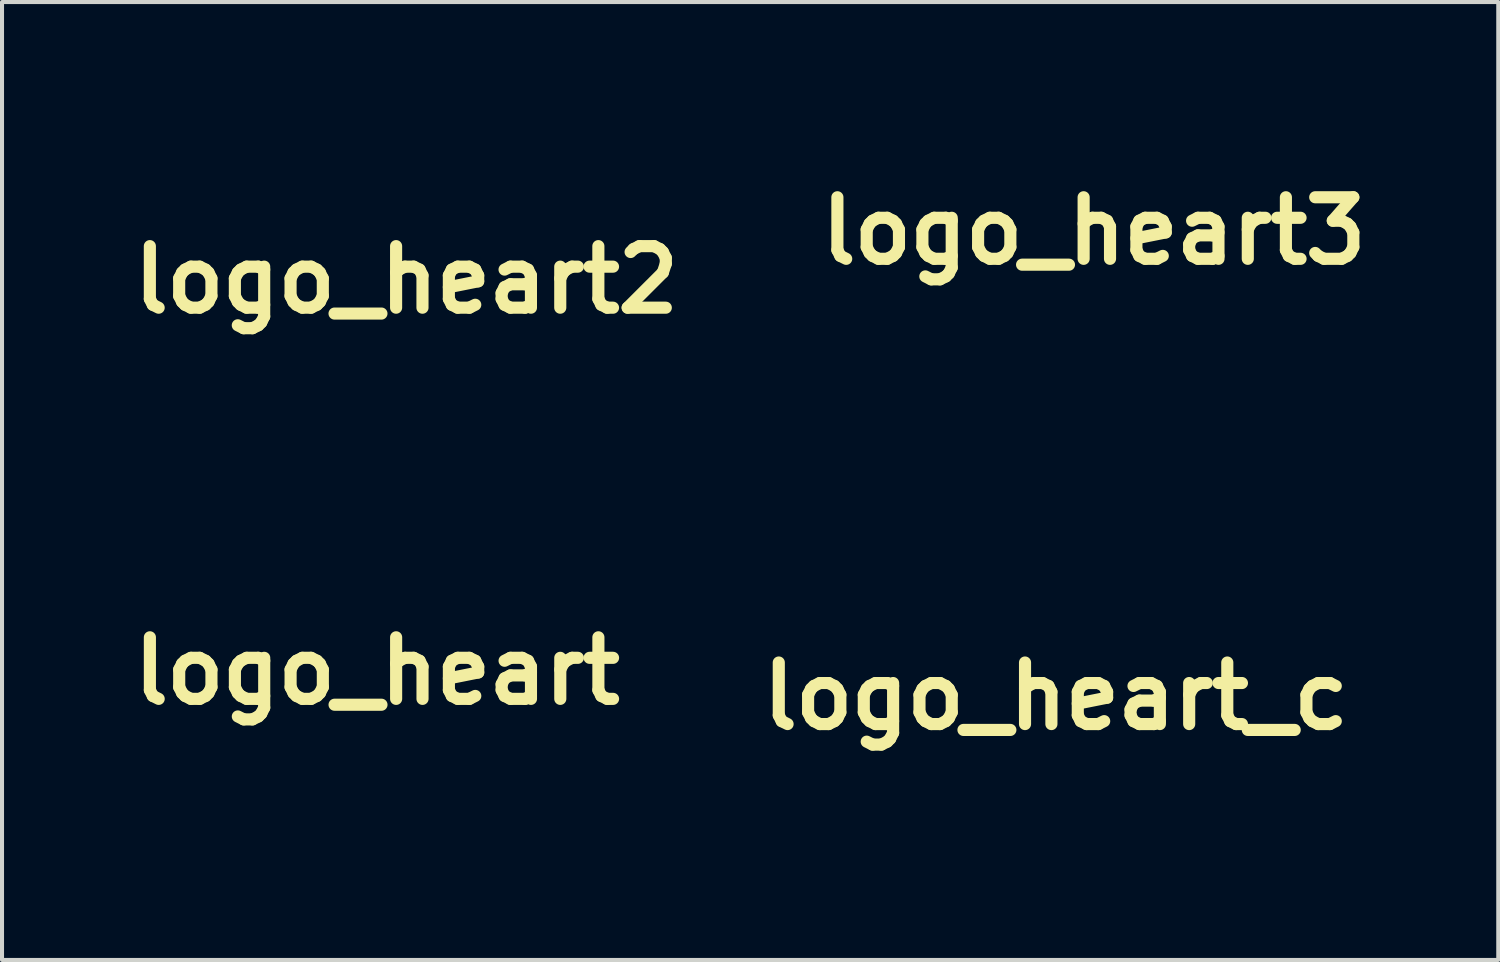
<source format=kicad_pcb>
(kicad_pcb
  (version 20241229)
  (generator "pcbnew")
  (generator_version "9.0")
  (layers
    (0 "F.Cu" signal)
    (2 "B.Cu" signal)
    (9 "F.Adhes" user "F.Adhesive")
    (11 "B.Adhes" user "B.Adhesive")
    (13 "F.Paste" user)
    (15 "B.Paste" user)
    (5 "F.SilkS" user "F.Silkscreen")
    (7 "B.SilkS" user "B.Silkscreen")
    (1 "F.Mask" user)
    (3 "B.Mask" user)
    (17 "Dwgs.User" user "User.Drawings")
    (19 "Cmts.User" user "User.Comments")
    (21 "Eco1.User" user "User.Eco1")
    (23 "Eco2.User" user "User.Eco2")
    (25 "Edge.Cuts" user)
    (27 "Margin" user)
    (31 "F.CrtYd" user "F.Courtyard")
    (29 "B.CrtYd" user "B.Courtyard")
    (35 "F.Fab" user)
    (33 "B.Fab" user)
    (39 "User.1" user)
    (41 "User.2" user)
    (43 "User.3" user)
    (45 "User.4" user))
  (footprint "logo_heart_c"
    (layer "F.Cu")
    (at 23.088 14.186)
    (property "Reference" "logo_heart_c" (at 0 0 0) (layer "F.SilkS") (effects (font (size 1.524 1.524) (thickness 0.3))))
    (attr through_hole)
    (fp_poly (pts (xy -0.871 -1.569) (xy -0.62 -1.472) (xy -0.363 -1.297) (xy -0.146 -1.085) (xy -0.017 -0.878) (xy 0.001 -0.792) (xy 0.035 -0.75) (xy 0.131 -0.859) (xy 0.212 -0.985) (xy 0.487 -1.307) (xy 0.826 -1.501) (xy 1.196 -1.57) (xy 1.562 -1.519) (xy 1.892 -1.35) (xy 2.151 -1.069) (xy 2.289 -0.752) (xy 2.342 -0.452) (xy 2.314 -0.2) (xy 2.186 0.034) (xy 1.942 0.277) (xy 1.566 0.555) (xy 1.439 0.64) (xy 1.093 0.89) (xy 0.733 1.182) (xy 0.466 1.427) (xy 0.042 1.85) (xy -0.278 1.479) (xy -0.496 1.263) (xy -0.806 1.004) (xy -1.154 0.745) (xy -1.298 0.647) (xy -1.741 0.324) (xy -2.032 0.029) (xy -2.182 -0.26) (xy -2.201 -0.565) (xy -2.099 -0.907) (xy -2.066 -0.978) (xy -1.851 -1.255) (xy -1.53 -1.463) (xy -1.164 -1.572) (xy -0.871 -1.569)) (stroke (width 0.01) (type solid)) (fill yes) (layer "F.Mask"))
    (fp_poly (pts (xy 0.446 -3.424) (xy 0.74 -3.403) (xy 0.978 -3.356) (xy 1.215 -3.27) (xy 1.458 -3.159) (xy 2.116 -2.765) (xy 2.65 -2.278) (xy 3.059 -1.716) (xy 3.343 -1.101) (xy 3.503 -0.453) (xy 3.536 0.211) (xy 3.444 0.869) (xy 3.226 1.501) (xy 2.882 2.089) (xy 2.41 2.612) (xy 1.812 3.05) (xy 1.561 3.186) (xy 1.205 3.349) (xy 0.907 3.446) (xy 0.586 3.497) (xy 0.241 3.519) (xy -0.137 3.524) (xy -0.493 3.508) (xy -0.76 3.475) (xy -0.794 3.467) (xy -1.449 3.219) (xy -2.059 2.828) (xy -2.594 2.317) (xy -3.026 1.712) (xy -3.159 1.458) (xy -3.286 1.177) (xy -3.365 0.942) (xy -3.408 0.699) (xy -3.426 0.39) (xy -3.429 0.042) (xy -3.428 -0.073) (xy -2.667 -0.073) (xy -2.645 0.461) (xy -2.547 0.941) (xy -2.482 1.111) (xy -2.14 1.676) (xy -1.678 2.151) (xy -1.129 2.51) (xy -0.682 2.684) (xy -0.228 2.754) (xy 0.292 2.745) (xy 0.8 2.662) (xy 1.139 2.551) (xy 1.608 2.269) (xy 2.046 1.869) (xy 2.403 1.403) (xy 2.517 1.197) (xy 2.69 0.687) (xy 2.76 0.112) (xy 2.726 -0.466) (xy 2.586 -0.982) (xy 2.565 -1.031) (xy 2.258 -1.536) (xy 1.832 -1.995) (xy 1.339 -2.356) (xy 1.197 -2.432) (xy 0.907 -2.559) (xy 0.64 -2.631) (xy 0.325 -2.661) (xy 0.042 -2.666) (xy -0.347 -2.655) (xy -0.64 -2.614) (xy -0.907 -2.526) (xy -1.113 -2.432) (xy -1.615 -2.107) (xy -2.065 -1.67) (xy -2.41 -1.172) (xy -2.48 -1.031) (xy -2.612 -0.593) (xy -2.667 -0.073) (xy -3.428 -0.073) (xy -3.424 -0.365) (xy -3.403 -0.659) (xy -3.355 -0.897) (xy -3.268 -1.135) (xy -3.159 -1.374) (xy -2.754 -2.05) (xy -2.236 -2.602) (xy -1.596 -3.039) (xy -1.451 -3.114) (xy -1.148 -3.259) (xy -0.91 -3.351) (xy -0.681 -3.402) (xy -0.405 -3.424) (xy -0.023 -3.429) (xy 0.038 -3.429) (xy 0.446 -3.424)) (stroke (width 0.01) (type solid)) (fill yes) (layer "F.Mask")))
  (footprint "logo_heart2"
    (layer "F.Cu")
    (at 7.01 3.878)
    (property "Reference" "logo_heart2" (at 0 0 0) (layer "F.SilkS") (effects (font (size 1.524 1.524) (thickness 0.3))))
    (attr through_hole)
    (fp_poly (pts (xy 0.525 -3.84) (xy 0.909 -3.768) (xy 1.292 -3.656) (xy 1.373 -3.627) (xy 1.739 -3.468) (xy 2.085 -3.274) (xy 2.409 -3.046) (xy 2.707 -2.787) (xy 2.977 -2.499) (xy 3.215 -2.186) (xy 3.314 -2.032) (xy 3.419 -1.847) (xy 3.524 -1.644) (xy 3.62 -1.436) (xy 3.7 -1.241) (xy 3.724 -1.177) (xy 3.76 -1.068) (xy 3.79 -0.967) (xy 3.814 -0.868) (xy 3.831 -0.764) (xy 3.844 -0.649) (xy 3.853 -0.518) (xy 3.859 -0.363) (xy 3.861 -0.179) (xy 3.862 0.041) (xy 3.862 0.053) (xy 3.861 0.238) (xy 3.86 0.386) (xy 3.859 0.504) (xy 3.856 0.597) (xy 3.852 0.67) (xy 3.846 0.731) (xy 3.837 0.784) (xy 3.826 0.835) (xy 3.811 0.89) (xy 3.806 0.91) (xy 3.676 1.312) (xy 3.511 1.692) (xy 3.313 2.048) (xy 3.083 2.378) (xy 2.822 2.681) (xy 2.531 2.955) (xy 2.211 3.2) (xy 1.865 3.412) (xy 1.672 3.511) (xy 1.418 3.625) (xy 1.18 3.712) (xy 0.947 3.777) (xy 0.705 3.824) (xy 0.476 3.851) (xy 0.346 3.861) (xy 0.192 3.867) (xy 0.024 3.87) (xy -0.146 3.87) (xy -0.308 3.867) (xy -0.452 3.86) (xy -0.566 3.851) (xy -0.582 3.849) (xy -0.801 3.81) (xy -1.04 3.749) (xy -1.287 3.669) (xy -1.528 3.575) (xy -1.752 3.47) (xy -1.778 3.457) (xy -2.128 3.25) (xy -2.451 3.01) (xy -2.746 2.739) (xy -3.012 2.437) (xy -3.249 2.105) (xy -3.454 1.746) (xy -3.615 1.387) (xy -3.736 1.015) (xy -3.82 0.632) (xy -3.864 0.243) (xy -3.87 -0.147) (xy -3.836 -0.536) (xy -3.833 -0.554) (xy -2.413 -0.554) (xy -2.397 -0.312) (xy -2.347 -0.066) (xy -2.262 0.181) (xy -2.141 0.427) (xy -2.028 0.607) (xy -1.934 0.731) (xy -1.812 0.874) (xy -1.666 1.03) (xy -1.502 1.195) (xy -1.326 1.364) (xy -1.144 1.53) (xy -0.962 1.689) (xy -0.785 1.835) (xy -0.619 1.963) (xy -0.469 2.069) (xy -0.402 2.111) (xy -0.265 2.19) (xy -0.151 2.243) (xy -0.053 2.273) (xy 0.038 2.281) (xy 0.131 2.27) (xy 0.227 2.242) (xy 0.373 2.181) (xy 0.54 2.091) (xy 0.722 1.976) (xy 0.915 1.84) (xy 1.113 1.686) (xy 1.31 1.519) (xy 1.501 1.343) (xy 1.644 1.2) (xy 1.878 0.93) (xy 2.075 0.643) (xy 2.234 0.344) (xy 2.353 0.033) (xy 2.385 -0.079) (xy 2.42 -0.253) (xy 2.439 -0.446) (xy 2.443 -0.645) (xy 2.431 -0.837) (xy 2.404 -1.006) (xy 2.395 -1.044) (xy 2.318 -1.26) (xy 2.211 -1.452) (xy 2.077 -1.616) (xy 1.918 -1.749) (xy 1.861 -1.785) (xy 1.728 -1.846) (xy 1.572 -1.891) (xy 1.406 -1.917) (xy 1.241 -1.925) (xy 1.088 -1.913) (xy 0.958 -1.879) (xy 0.951 -1.877) (xy 0.818 -1.81) (xy 0.667 -1.712) (xy 0.503 -1.586) (xy 0.332 -1.438) (xy 0.297 -1.405) (xy 0.219 -1.333) (xy 0.152 -1.273) (xy 0.103 -1.229) (xy 0.076 -1.208) (xy 0.073 -1.206) (xy 0.054 -1.22) (xy 0.009 -1.257) (xy -0.055 -1.312) (xy -0.133 -1.38) (xy -0.165 -1.409) (xy -0.357 -1.572) (xy -0.534 -1.7) (xy -0.701 -1.796) (xy -0.862 -1.862) (xy -1.023 -1.9) (xy -1.19 -1.914) (xy -1.217 -1.914) (xy -1.366 -1.904) (xy -1.5 -1.875) (xy -1.632 -1.822) (xy -1.774 -1.74) (xy -1.804 -1.721) (xy -1.988 -1.576) (xy -2.139 -1.407) (xy -2.257 -1.217) (xy -2.343 -1.009) (xy -2.395 -0.787) (xy -2.413 -0.554) (xy -3.833 -0.554) (xy -3.763 -0.919) (xy -3.669 -1.236) (xy -3.518 -1.61) (xy -3.335 -1.96) (xy -3.121 -2.284) (xy -2.88 -2.582) (xy -2.613 -2.851) (xy -2.323 -3.093) (xy -2.012 -3.304) (xy -1.684 -3.483) (xy -1.34 -3.631) (xy -0.983 -3.744) (xy -0.616 -3.823) (xy -0.241 -3.867) (xy 0.14 -3.873) (xy 0.525 -3.84)) (stroke (width 0.01) (type solid)) (fill yes) (layer "F.Mask")))
  (footprint "logo_heart3"
    (layer "F.Cu")
    (at 24.031 2.668)
    (property "Reference" "logo_heart3" (at 0 0 0) (layer "F.SilkS") (effects (font (size 1.524 1.524) (thickness 0.3))))
    (attr through_hole)
    (fp_poly (pts (xy 0.865 -1.217) (xy 1.049 -1.17) (xy 1.23 -1.08) (xy 1.273 -1.053) (xy 1.431 -0.924) (xy 1.555 -0.774) (xy 1.643 -0.609) (xy 1.696 -0.432) (xy 1.71 -0.247) (xy 1.685 -0.061) (xy 1.62 0.124) (xy 1.608 0.15) (xy 1.566 0.225) (xy 1.511 0.307) (xy 1.44 0.398) (xy 1.353 0.502) (xy 1.246 0.62) (xy 1.117 0.754) (xy 0.965 0.907) (xy 0.787 1.08) (xy 0.582 1.277) (xy 0.347 1.499) (xy 0.326 1.518) (xy 0.027 1.798) (xy -0.447 1.402) (xy -0.68 1.205) (xy -0.882 1.03) (xy -1.054 0.874) (xy -1.199 0.734) (xy -1.319 0.608) (xy -1.417 0.491) (xy -1.495 0.382) (xy -1.555 0.278) (xy -1.6 0.174) (xy -1.631 0.069) (xy -1.652 -0.04) (xy -1.663 -0.13) (xy -1.664 -0.335) (xy -1.631 -0.528) (xy -1.568 -0.704) (xy -1.477 -0.861) (xy -1.362 -0.994) (xy -1.225 -1.101) (xy -1.07 -1.176) (xy -0.9 -1.217) (xy -0.73 -1.222) (xy -0.54 -1.187) (xy -0.352 -1.111) (xy -0.165 -0.995) (xy -0.097 -0.947) (xy -0.04 -0.91) (xy -0.005 -0.891) (xy 0.001 -0.889) (xy 0.026 -0.902) (xy 0.074 -0.935) (xy 0.135 -0.981) (xy 0.143 -0.988) (xy 0.319 -1.108) (xy 0.498 -1.186) (xy 0.681 -1.222) (xy 0.865 -1.217)) (stroke (width 0.01) (type solid)) (fill yes) (layer "F.Mask"))
    (fp_poly (pts (xy 0.203 -2.657) (xy 0.511 -2.616) (xy 0.811 -2.539) (xy 1.102 -2.428) (xy 1.379 -2.283) (xy 1.639 -2.104) (xy 1.879 -1.892) (xy 2.095 -1.647) (xy 2.123 -1.611) (xy 2.307 -1.334) (xy 2.452 -1.044) (xy 2.559 -0.745) (xy 2.629 -0.44) (xy 2.662 -0.132) (xy 2.66 0.175) (xy 2.622 0.479) (xy 2.55 0.776) (xy 2.445 1.064) (xy 2.306 1.339) (xy 2.136 1.598) (xy 1.934 1.837) (xy 1.702 2.055) (xy 1.439 2.247) (xy 1.189 2.39) (xy 1.042 2.456) (xy 0.869 2.519) (xy 0.686 2.575) (xy 0.511 2.618) (xy 0.423 2.634) (xy 0.245 2.655) (xy 0.045 2.663) (xy -0.159 2.66) (xy -0.35 2.646) (xy -0.442 2.633) (xy -0.725 2.567) (xy -1.01 2.466) (xy -1.283 2.336) (xy -1.534 2.181) (xy -1.576 2.151) (xy -1.831 1.938) (xy -2.051 1.703) (xy -2.238 1.449) (xy -2.391 1.179) (xy -2.51 0.896) (xy -2.596 0.604) (xy -2.647 0.306) (xy -2.665 0.004) (xy -2.665 -0.000359) (xy -2.292 -0.000359) (xy -2.284 0.224) (xy -2.238 0.527) (xy -2.152 0.816) (xy -2.03 1.09) (xy -1.873 1.345) (xy -1.684 1.578) (xy -1.465 1.784) (xy -1.218 1.962) (xy -1.035 2.065) (xy -0.869 2.139) (xy -0.683 2.205) (xy -0.498 2.258) (xy -0.37 2.284) (xy -0.258 2.297) (xy -0.118 2.303) (xy 0.035 2.303) (xy 0.186 2.297) (xy 0.322 2.285) (xy 0.386 2.276) (xy 0.687 2.202) (xy 0.971 2.091) (xy 1.234 1.945) (xy 1.476 1.764) (xy 1.692 1.552) (xy 1.88 1.31) (xy 2.038 1.041) (xy 2.065 0.987) (xy 2.171 0.716) (xy 2.243 0.432) (xy 2.278 0.143) (xy 2.274 -0.142) (xy 2.269 -0.196) (xy 2.215 -0.507) (xy 2.123 -0.802) (xy 1.996 -1.077) (xy 1.835 -1.33) (xy 1.644 -1.559) (xy 1.423 -1.761) (xy 1.176 -1.934) (xy 0.905 -2.074) (xy 0.61 -2.181) (xy 0.561 -2.195) (xy 0.477 -2.216) (xy 0.403 -2.231) (xy 0.33 -2.241) (xy 0.247 -2.247) (xy 0.144 -2.25) (xy 0.009 -2.251) (xy -0.011 -2.251) (xy -0.15 -2.251) (xy -0.257 -2.248) (xy -0.342 -2.242) (xy -0.415 -2.233) (xy -0.488 -2.218) (xy -0.569 -2.198) (xy -0.576 -2.196) (xy -0.872 -2.096) (xy -1.146 -1.961) (xy -1.396 -1.795) (xy -1.619 -1.601) (xy -1.814 -1.382) (xy -1.978 -1.139) (xy -2.11 -0.877) (xy -2.208 -0.598) (xy -2.269 -0.305) (xy -2.292 -0.000359) (xy -2.665 -0.000359) (xy -2.649 -0.297) (xy -2.599 -0.596) (xy -2.515 -0.888) (xy -2.397 -1.171) (xy -2.245 -1.441) (xy -2.06 -1.695) (xy -1.84 -1.93) (xy -1.587 -2.142) (xy -1.312 -2.322) (xy -1.023 -2.463) (xy -0.724 -2.567) (xy -0.417 -2.633) (xy -0.107 -2.663) (xy 0.203 -2.657)) (stroke (width 0.01) (type solid)) (fill yes) (layer "F.Mask")))
  (footprint "logo_heart"
    (layer "F.Cu")
    (at 6.285 13.562)
    (property "Reference" "logo_heart" (at 0 0 0) (layer "F.SilkS") (effects (font (size 1.524 1.524) (thickness 0.3))))
    (attr through_hole)
    (fp_poly (pts (xy 0.167 -2.802) (xy 0.318 -2.793) (xy 0.447 -2.781) (xy 0.522 -2.769) (xy 0.92 -2.659) (xy 1.288 -2.502) (xy 1.623 -2.301) (xy 1.923 -2.058) (xy 2.186 -1.776) (xy 2.408 -1.458) (xy 2.587 -1.106) (xy 2.721 -0.723) (xy 2.769 -0.522) (xy 2.784 -0.424) (xy 2.795 -0.288) (xy 2.803 -0.135) (xy 2.805 -0.014) (xy 2.802 0.139) (xy 2.793 0.29) (xy 2.781 0.419) (xy 2.769 0.494) (xy 2.66 0.887) (xy 2.505 1.252) (xy 2.306 1.586) (xy 2.066 1.886) (xy 1.789 2.148) (xy 1.478 2.37) (xy 1.135 2.549) (xy 0.765 2.68) (xy 0.584 2.725) (xy 0.463 2.745) (xy 0.312 2.762) (xy 0.149 2.775) (xy -0.009 2.782) (xy -0.145 2.784) (xy -0.24 2.777) (xy -0.534 2.727) (xy -0.789 2.664) (xy -1.022 2.583) (xy -1.228 2.49) (xy -1.573 2.287) (xy -1.88 2.044) (xy -2.147 1.762) (xy -2.371 1.445) (xy -2.552 1.094) (xy -2.688 0.712) (xy -2.741 0.494) (xy -2.755 0.395) (xy -2.767 0.26) (xy -2.774 0.107) (xy -2.776 -0.014) (xy -2.773 -0.167) (xy -2.765 -0.318) (xy -2.753 -0.447) (xy -2.751 -0.455) (xy -1.848 -0.455) (xy -1.817 -0.221) (xy -1.738 0.018) (xy -1.688 0.12) (xy -1.612 0.239) (xy -1.5 0.379) (xy -1.36 0.533) (xy -1.203 0.69) (xy -1.039 0.841) (xy -0.877 0.975) (xy -0.726 1.083) (xy -0.724 1.085) (xy -0.59 1.169) (xy -0.45 1.251) (xy -0.314 1.328) (xy -0.19 1.392) (xy -0.09 1.44) (xy -0.023 1.465) (xy -0.007 1.468) (xy 0.035 1.456) (xy 0.113 1.427) (xy 0.208 1.387) (xy 0.212 1.385) (xy 0.46 1.257) (xy 0.71 1.1) (xy 0.953 0.921) (xy 1.18 0.727) (xy 1.384 0.527) (xy 1.555 0.328) (xy 1.685 0.136) (xy 1.73 0.052) (xy 1.817 -0.188) (xy 1.854 -0.423) (xy 1.844 -0.649) (xy 1.789 -0.859) (xy 1.689 -1.047) (xy 1.547 -1.207) (xy 1.364 -1.333) (xy 1.326 -1.351) (xy 1.248 -1.386) (xy 1.174 -1.408) (xy 1.09 -1.42) (xy 0.978 -1.424) (xy 0.875 -1.425) (xy 0.735 -1.424) (xy 0.633 -1.417) (xy 0.553 -1.402) (xy 0.477 -1.376) (xy 0.402 -1.344) (xy 0.277 -1.273) (xy 0.162 -1.187) (xy 0.116 -1.143) (xy 0.005 -1.023) (xy -0.114 -1.144) (xy -0.208 -1.224) (xy -0.324 -1.302) (xy -0.406 -1.345) (xy -0.492 -1.382) (xy -0.567 -1.406) (xy -0.65 -1.419) (xy -0.758 -1.424) (xy -0.875 -1.425) (xy -1.014 -1.424) (xy -1.114 -1.417) (xy -1.191 -1.403) (xy -1.262 -1.379) (xy -1.332 -1.346) (xy -1.52 -1.225) (xy -1.667 -1.069) (xy -1.771 -0.885) (xy -1.832 -0.678) (xy -1.848 -0.455) (xy -2.751 -0.455) (xy -2.741 -0.522) (xy -2.631 -0.92) (xy -2.474 -1.288) (xy -2.273 -1.623) (xy -2.03 -1.923) (xy -1.748 -2.186) (xy -1.43 -2.408) (xy -1.078 -2.587) (xy -0.695 -2.721) (xy -0.494 -2.769) (xy -0.395 -2.784) (xy -0.26 -2.795) (xy -0.107 -2.803) (xy 0.014 -2.805) (xy 0.167 -2.802)) (stroke (width 0.01) (type solid)) (fill yes) (layer "F.Mask")))
  (gr_rect
    (start -3 -3)
    (end 34.042 20.715)
    (stroke (width 0.1) (type default))
    (fill no)
    (layer "Edge.Cuts")))
</source>
